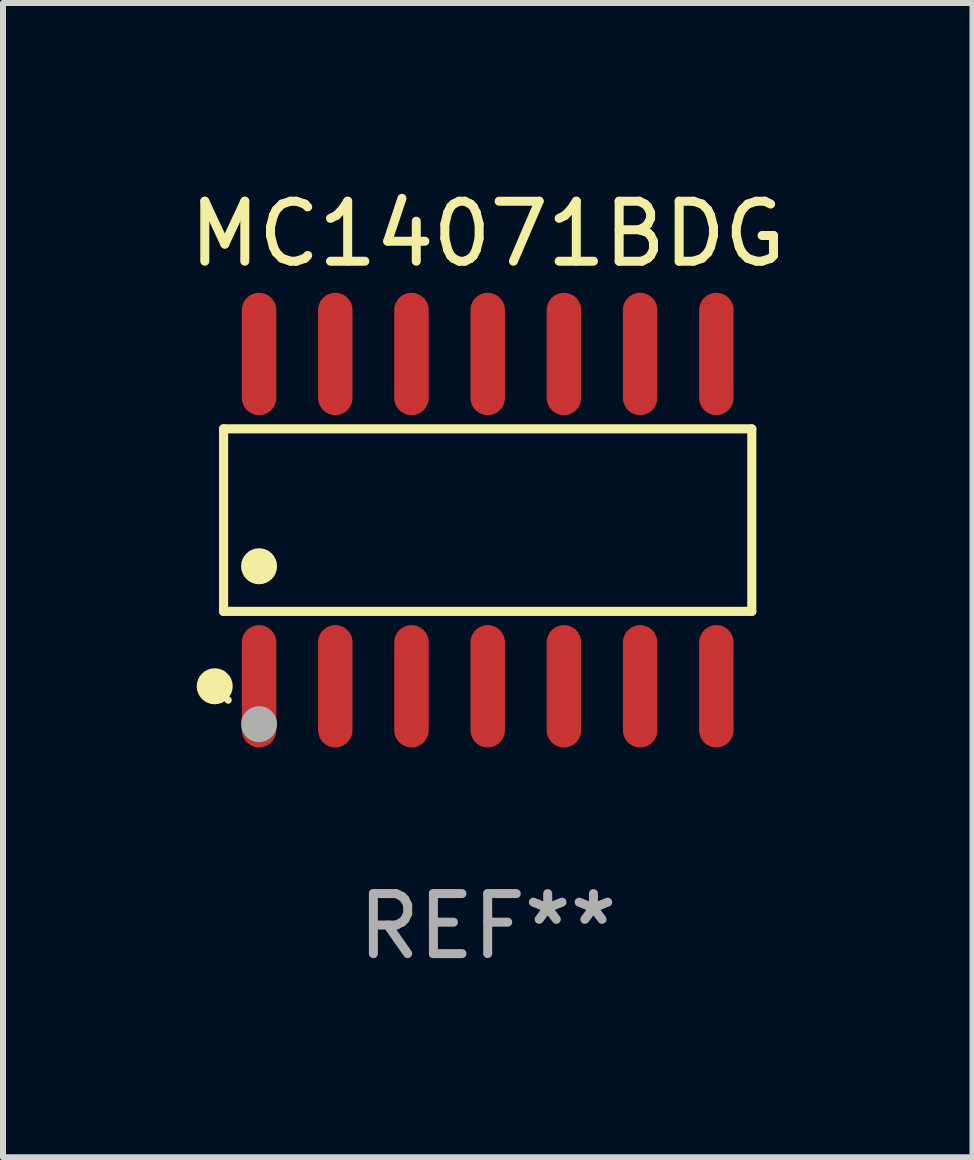
<source format=kicad_pcb>
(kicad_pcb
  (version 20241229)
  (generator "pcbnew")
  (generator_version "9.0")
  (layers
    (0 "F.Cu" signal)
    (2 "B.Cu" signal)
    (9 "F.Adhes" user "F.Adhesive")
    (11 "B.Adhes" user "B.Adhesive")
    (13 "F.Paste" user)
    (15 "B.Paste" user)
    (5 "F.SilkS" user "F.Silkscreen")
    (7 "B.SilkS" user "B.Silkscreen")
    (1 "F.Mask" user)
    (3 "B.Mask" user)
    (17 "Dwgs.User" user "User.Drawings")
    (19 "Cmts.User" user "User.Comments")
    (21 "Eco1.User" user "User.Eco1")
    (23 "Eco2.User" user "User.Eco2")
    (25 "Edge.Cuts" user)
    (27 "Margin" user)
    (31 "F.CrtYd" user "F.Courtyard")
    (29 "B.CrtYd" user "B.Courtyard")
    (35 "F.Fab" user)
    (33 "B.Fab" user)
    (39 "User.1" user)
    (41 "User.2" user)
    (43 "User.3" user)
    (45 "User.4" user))
  (footprint "MC14071BDG"
    (layer "F.Cu")
    (at 5.077 5.617)
    (property "Reference" "MC14071BDG" (at 0 -4.769 0) (layer "F.SilkS") (effects (font (size 1 1) (thickness 0.15))))
    (attr through_hole)
    (fp_line (start -4.401 -1.521) (end 4.401 -1.521) (stroke (width 0.152) (type solid)) (layer "F.SilkS"))
    (fp_line (start -4.401 1.521) (end -4.401 -1.521) (stroke (width 0.152) (type solid)) (layer "F.SilkS"))
    (fp_line (start 4.401 -1.521) (end 4.401 1.521) (stroke (width 0.152) (type solid)) (layer "F.SilkS"))
    (fp_line (start 4.401 1.521) (end -4.401 1.521) (stroke (width 0.152) (type solid)) (layer "F.SilkS"))
    (fp_circle (center -4.549 2.769) (end -4.399 2.769) (stroke (width 0.3) (type solid)) (fill no) (layer "F.SilkS"))
    (fp_circle (center -4.325 3) (end -4.295 3) (stroke (width 0.06) (type solid)) (fill no) (layer "F.SilkS"))
    (fp_circle (center -3.81 0.769) (end -3.66 0.769) (stroke (width 0.3) (type solid)) (fill no) (layer "F.SilkS"))
    (fp_circle (center -3.81 3.4) (end -3.66 3.4) (stroke (width 0.3) (type solid)) (fill no) (layer "F.Fab"))
    (fp_text user "REF**" (at 0 6.769 0) (layer "F.Fab") (effects (font (size 1 1) (thickness 0.15))))
    (pad "1" smd oval (at -3.81 2.769) (size 0.574 2.038) (layers "F.Cu" "F.Mask" "F.Paste"))
    (pad "2" smd oval (at -2.54 2.769) (size 0.574 2.038) (layers "F.Cu" "F.Mask" "F.Paste"))
    (pad "3" smd oval (at -1.27 2.769) (size 0.574 2.038) (layers "F.Cu" "F.Mask" "F.Paste"))
    (pad "4" smd oval (at 0 2.769) (size 0.574 2.038) (layers "F.Cu" "F.Mask" "F.Paste"))
    (pad "5" smd oval (at 1.27 2.769) (size 0.574 2.038) (layers "F.Cu" "F.Mask" "F.Paste"))
    (pad "6" smd oval (at 2.54 2.769) (size 0.574 2.038) (layers "F.Cu" "F.Mask" "F.Paste"))
    (pad "7" smd oval (at 3.81 2.769) (size 0.574 2.038) (layers "F.Cu" "F.Mask" "F.Paste"))
    (pad "8" smd oval (at 3.81 -2.769) (size 0.574 2.038) (layers "F.Cu" "F.Mask" "F.Paste"))
    (pad "9" smd oval (at 2.54 -2.769) (size 0.574 2.038) (layers "F.Cu" "F.Mask" "F.Paste"))
    (pad "10" smd oval (at 1.27 -2.769) (size 0.574 2.038) (layers "F.Cu" "F.Mask" "F.Paste"))
    (pad "11" smd oval (at 0 -2.769) (size 0.574 2.038) (layers "F.Cu" "F.Mask" "F.Paste"))
    (pad "12" smd oval (at -1.27 -2.769) (size 0.574 2.038) (layers "F.Cu" "F.Mask" "F.Paste"))
    (pad "13" smd oval (at -2.54 -2.769) (size 0.574 2.038) (layers "F.Cu" "F.Mask" "F.Paste"))
    (pad "14" smd oval (at -3.81 -2.769) (size 0.574 2.038) (layers "F.Cu" "F.Mask" "F.Paste")))
  (gr_rect
    (start -3 -3)
    (end 13.155 16.235)
    (stroke (width 0.1) (type default))
    (fill no)
    (layer "Edge.Cuts")))
</source>
